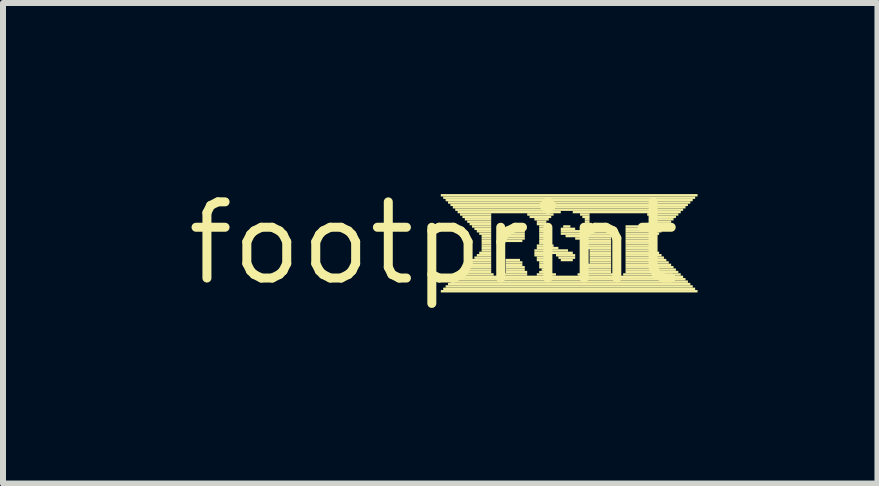
<source format=kicad_pcb>
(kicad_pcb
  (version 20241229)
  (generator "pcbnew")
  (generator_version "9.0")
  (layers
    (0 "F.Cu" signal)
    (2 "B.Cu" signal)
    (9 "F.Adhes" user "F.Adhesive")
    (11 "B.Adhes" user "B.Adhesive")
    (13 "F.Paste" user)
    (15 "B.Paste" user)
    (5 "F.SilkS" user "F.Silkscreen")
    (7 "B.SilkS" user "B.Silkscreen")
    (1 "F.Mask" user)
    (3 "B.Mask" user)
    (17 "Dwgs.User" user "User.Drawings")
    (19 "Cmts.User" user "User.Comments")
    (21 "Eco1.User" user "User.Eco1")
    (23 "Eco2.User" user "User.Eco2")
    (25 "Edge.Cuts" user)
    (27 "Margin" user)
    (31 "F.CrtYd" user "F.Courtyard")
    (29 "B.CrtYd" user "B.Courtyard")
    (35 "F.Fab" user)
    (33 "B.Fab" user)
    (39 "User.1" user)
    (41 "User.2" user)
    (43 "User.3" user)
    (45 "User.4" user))
  (footprint "footprint"
    (layer "F.Cu")
    (at 4.18 1.006)
    (property "Reference" "footprint" (at 0 0 0) (layer "F.SilkS") (effects (font (size 1.27 1.27) (thickness 0.15))))
    (fp_poly (pts (xy 0.12 -0.78) (xy 4.4 -0.78) (xy 4.4 -0.82) (xy 0.12 -0.82)) (stroke (width 0) (type solid)) (fill yes) (layer "F.SilkS"))
    (fp_poly (pts (xy 0.12 0.82) (xy 4.4 0.82) (xy 4.4 0.78) (xy 0.12 0.78)) (stroke (width 0) (type solid)) (fill yes) (layer "F.SilkS"))
    (fp_poly (pts (xy 0.16 -0.74) (xy 4.36 -0.74) (xy 4.36 -0.78) (xy 0.16 -0.78)) (stroke (width 0) (type solid)) (fill yes) (layer "F.SilkS"))
    (fp_poly (pts (xy 0.16 0.78) (xy 4.36 0.78) (xy 4.36 0.74) (xy 0.16 0.74)) (stroke (width 0) (type solid)) (fill yes) (layer "F.SilkS"))
    (fp_poly (pts (xy 0.2 -0.7) (xy 4.32 -0.7) (xy 4.32 -0.74) (xy 0.2 -0.74)) (stroke (width 0) (type solid)) (fill yes) (layer "F.SilkS"))
    (fp_poly (pts (xy 0.2 0.74) (xy 4.32 0.74) (xy 4.32 0.7) (xy 0.2 0.7)) (stroke (width 0) (type solid)) (fill yes) (layer "F.SilkS"))
    (fp_poly (pts (xy 0.24 -0.66) (xy 4.28 -0.66) (xy 4.28 -0.7) (xy 0.24 -0.7)) (stroke (width 0) (type solid)) (fill yes) (layer "F.SilkS"))
    (fp_poly (pts (xy 0.24 0.7) (xy 4.28 0.7) (xy 4.28 0.66) (xy 0.24 0.66)) (stroke (width 0) (type solid)) (fill yes) (layer "F.SilkS"))
    (fp_poly (pts (xy 0.28 -0.62) (xy 4.24 -0.62) (xy 4.24 -0.66) (xy 0.28 -0.66)) (stroke (width 0) (type solid)) (fill yes) (layer "F.SilkS"))
    (fp_poly (pts (xy 0.28 0.66) (xy 4.24 0.66) (xy 4.24 0.62) (xy 0.28 0.62)) (stroke (width 0) (type solid)) (fill yes) (layer "F.SilkS"))
    (fp_poly (pts (xy 0.32 -0.58) (xy 4.2 -0.58) (xy 4.2 -0.62) (xy 0.32 -0.62)) (stroke (width 0) (type solid)) (fill yes) (layer "F.SilkS"))
    (fp_poly (pts (xy 0.32 0.62) (xy 4.2 0.62) (xy 4.2 0.58) (xy 0.32 0.58)) (stroke (width 0) (type solid)) (fill yes) (layer "F.SilkS"))
    (fp_poly (pts (xy 0.36 -0.54) (xy 4.16 -0.54) (xy 4.16 -0.58) (xy 0.36 -0.58)) (stroke (width 0) (type solid)) (fill yes) (layer "F.SilkS"))
    (fp_poly (pts (xy 0.36 0.58) (xy 4.16 0.58) (xy 4.16 0.54) (xy 0.36 0.54)) (stroke (width 0) (type solid)) (fill yes) (layer "F.SilkS"))
    (fp_poly (pts (xy 0.4 -0.5) (xy 2.12 -0.5) (xy 2.12 -0.54) (xy 0.4 -0.54)) (stroke (width 0) (type solid)) (fill yes) (layer "F.SilkS"))
    (fp_poly (pts (xy 0.4 0.54) (xy 1 0.54) (xy 1 0.5) (xy 0.4 0.5)) (stroke (width 0) (type solid)) (fill yes) (layer "F.SilkS"))
    (fp_poly (pts (xy 0.44 -0.46) (xy 0.96 -0.46) (xy 0.96 -0.5) (xy 0.44 -0.5)) (stroke (width 0) (type solid)) (fill yes) (layer "F.SilkS"))
    (fp_poly (pts (xy 0.44 0.5) (xy 0.96 0.5) (xy 0.96 0.46) (xy 0.44 0.46)) (stroke (width 0) (type solid)) (fill yes) (layer "F.SilkS"))
    (fp_poly (pts (xy 0.48 -0.42) (xy 0.96 -0.42) (xy 0.96 -0.46) (xy 0.48 -0.46)) (stroke (width 0) (type solid)) (fill yes) (layer "F.SilkS"))
    (fp_poly (pts (xy 0.48 0.46) (xy 0.96 0.46) (xy 0.96 0.42) (xy 0.48 0.42)) (stroke (width 0) (type solid)) (fill yes) (layer "F.SilkS"))
    (fp_poly (pts (xy 0.52 -0.38) (xy 0.96 -0.38) (xy 0.96 -0.42) (xy 0.52 -0.42)) (stroke (width 0) (type solid)) (fill yes) (layer "F.SilkS"))
    (fp_poly (pts (xy 0.52 0.42) (xy 0.96 0.42) (xy 0.96 0.38) (xy 0.52 0.38)) (stroke (width 0) (type solid)) (fill yes) (layer "F.SilkS"))
    (fp_poly (pts (xy 0.56 -0.34) (xy 0.96 -0.34) (xy 0.96 -0.38) (xy 0.56 -0.38)) (stroke (width 0) (type solid)) (fill yes) (layer "F.SilkS"))
    (fp_poly (pts (xy 0.56 0.38) (xy 0.96 0.38) (xy 0.96 0.34) (xy 0.56 0.34)) (stroke (width 0) (type solid)) (fill yes) (layer "F.SilkS"))
    (fp_poly (pts (xy 0.6 -0.3) (xy 0.96 -0.3) (xy 0.96 -0.34) (xy 0.6 -0.34)) (stroke (width 0) (type solid)) (fill yes) (layer "F.SilkS"))
    (fp_poly (pts (xy 0.6 0.34) (xy 0.96 0.34) (xy 0.96 0.3) (xy 0.6 0.3)) (stroke (width 0) (type solid)) (fill yes) (layer "F.SilkS"))
    (fp_poly (pts (xy 0.64 -0.26) (xy 0.96 -0.26) (xy 0.96 -0.3) (xy 0.64 -0.3)) (stroke (width 0) (type solid)) (fill yes) (layer "F.SilkS"))
    (fp_poly (pts (xy 0.64 0.3) (xy 0.96 0.3) (xy 0.96 0.26) (xy 0.64 0.26)) (stroke (width 0) (type solid)) (fill yes) (layer "F.SilkS"))
    (fp_poly (pts (xy 0.68 -0.22) (xy 0.96 -0.22) (xy 0.96 -0.26) (xy 0.68 -0.26)) (stroke (width 0) (type solid)) (fill yes) (layer "F.SilkS"))
    (fp_poly (pts (xy 0.68 0.26) (xy 0.96 0.26) (xy 0.96 0.22) (xy 0.68 0.22)) (stroke (width 0) (type solid)) (fill yes) (layer "F.SilkS"))
    (fp_poly (pts (xy 0.72 -0.18) (xy 0.96 -0.18) (xy 0.96 -0.22) (xy 0.72 -0.22)) (stroke (width 0) (type solid)) (fill yes) (layer "F.SilkS"))
    (fp_poly (pts (xy 0.72 0.22) (xy 0.96 0.22) (xy 0.96 0.18) (xy 0.72 0.18)) (stroke (width 0) (type solid)) (fill yes) (layer "F.SilkS"))
    (fp_poly (pts (xy 0.76 -0.14) (xy 0.96 -0.14) (xy 0.96 -0.18) (xy 0.76 -0.18)) (stroke (width 0) (type solid)) (fill yes) (layer "F.SilkS"))
    (fp_poly (pts (xy 0.76 0.18) (xy 0.96 0.18) (xy 0.96 0.14) (xy 0.76 0.14)) (stroke (width 0) (type solid)) (fill yes) (layer "F.SilkS"))
    (fp_poly (pts (xy 0.8 -0.1) (xy 0.96 -0.1) (xy 0.96 -0.14) (xy 0.8 -0.14)) (stroke (width 0) (type solid)) (fill yes) (layer "F.SilkS"))
    (fp_poly (pts (xy 0.8 -0.06) (xy 0.96 -0.06) (xy 0.96 -0.1) (xy 0.8 -0.1)) (stroke (width 0) (type solid)) (fill yes) (layer "F.SilkS"))
    (fp_poly (pts (xy 0.8 -0.02) (xy 0.96 -0.02) (xy 0.96 -0.06) (xy 0.8 -0.06)) (stroke (width 0) (type solid)) (fill yes) (layer "F.SilkS"))
    (fp_poly (pts (xy 0.8 0.02) (xy 0.96 0.02) (xy 0.96 -0.02) (xy 0.8 -0.02)) (stroke (width 0) (type solid)) (fill yes) (layer "F.SilkS"))
    (fp_poly (pts (xy 0.8 0.06) (xy 0.96 0.06) (xy 0.96 0.02) (xy 0.8 0.02)) (stroke (width 0) (type solid)) (fill yes) (layer "F.SilkS"))
    (fp_poly (pts (xy 0.8 0.1) (xy 0.96 0.1) (xy 0.96 0.06) (xy 0.8 0.06)) (stroke (width 0) (type solid)) (fill yes) (layer "F.SilkS"))
    (fp_poly (pts (xy 0.8 0.14) (xy 0.96 0.14) (xy 0.96 0.1) (xy 0.8 0.1)) (stroke (width 0) (type solid)) (fill yes) (layer "F.SilkS"))
    (fp_poly (pts (xy 1.16 0.54) (xy 1.56 0.54) (xy 1.56 0.5) (xy 1.16 0.5)) (stroke (width 0) (type solid)) (fill yes) (layer "F.SilkS"))
    (fp_poly (pts (xy 1.2 -0.22) (xy 1.48 -0.22) (xy 1.48 -0.26) (xy 1.2 -0.26)) (stroke (width 0) (type solid)) (fill yes) (layer "F.SilkS"))
    (fp_poly (pts (xy 1.2 -0.18) (xy 1.52 -0.18) (xy 1.52 -0.22) (xy 1.2 -0.22)) (stroke (width 0) (type solid)) (fill yes) (layer "F.SilkS"))
    (fp_poly (pts (xy 1.2 -0.14) (xy 1.52 -0.14) (xy 1.52 -0.18) (xy 1.2 -0.18)) (stroke (width 0) (type solid)) (fill yes) (layer "F.SilkS"))
    (fp_poly (pts (xy 1.2 -0.1) (xy 1.52 -0.1) (xy 1.52 -0.14) (xy 1.2 -0.14)) (stroke (width 0) (type solid)) (fill yes) (layer "F.SilkS"))
    (fp_poly (pts (xy 1.2 -0.06) (xy 1.52 -0.06) (xy 1.52 -0.1) (xy 1.2 -0.1)) (stroke (width 0) (type solid)) (fill yes) (layer "F.SilkS"))
    (fp_poly (pts (xy 1.2 -0.02) (xy 1.48 -0.02) (xy 1.48 -0.06) (xy 1.2 -0.06)) (stroke (width 0) (type solid)) (fill yes) (layer "F.SilkS"))
    (fp_poly (pts (xy 1.2 0.3) (xy 1.44 0.3) (xy 1.44 0.26) (xy 1.2 0.26)) (stroke (width 0) (type solid)) (fill yes) (layer "F.SilkS"))
    (fp_poly (pts (xy 1.2 0.34) (xy 1.48 0.34) (xy 1.48 0.3) (xy 1.2 0.3)) (stroke (width 0) (type solid)) (fill yes) (layer "F.SilkS"))
    (fp_poly (pts (xy 1.2 0.38) (xy 1.48 0.38) (xy 1.48 0.34) (xy 1.2 0.34)) (stroke (width 0) (type solid)) (fill yes) (layer "F.SilkS"))
    (fp_poly (pts (xy 1.2 0.42) (xy 1.52 0.42) (xy 1.52 0.38) (xy 1.2 0.38)) (stroke (width 0) (type solid)) (fill yes) (layer "F.SilkS"))
    (fp_poly (pts (xy 1.2 0.46) (xy 1.52 0.46) (xy 1.52 0.42) (xy 1.2 0.42)) (stroke (width 0) (type solid)) (fill yes) (layer "F.SilkS"))
    (fp_poly (pts (xy 1.2 0.5) (xy 1.56 0.5) (xy 1.56 0.46) (xy 1.2 0.46)) (stroke (width 0) (type solid)) (fill yes) (layer "F.SilkS"))
    (fp_poly (pts (xy 1.56 -0.46) (xy 2 -0.46) (xy 2 -0.5) (xy 1.56 -0.5)) (stroke (width 0) (type solid)) (fill yes) (layer "F.SilkS"))
    (fp_poly (pts (xy 1.6 -0.42) (xy 1.96 -0.42) (xy 1.96 -0.46) (xy 1.6 -0.46)) (stroke (width 0) (type solid)) (fill yes) (layer "F.SilkS"))
    (fp_poly (pts (xy 1.68 -0.38) (xy 1.92 -0.38) (xy 1.92 -0.42) (xy 1.68 -0.42)) (stroke (width 0) (type solid)) (fill yes) (layer "F.SilkS"))
    (fp_poly (pts (xy 1.68 0.14) (xy 2.24 0.14) (xy 2.24 0.1) (xy 1.68 0.1)) (stroke (width 0) (type solid)) (fill yes) (layer "F.SilkS"))
    (fp_poly (pts (xy 1.68 0.18) (xy 2.32 0.18) (xy 2.32 0.14) (xy 1.68 0.14)) (stroke (width 0) (type solid)) (fill yes) (layer "F.SilkS"))
    (fp_poly (pts (xy 1.68 0.22) (xy 1.92 0.22) (xy 1.92 0.18) (xy 1.68 0.18)) (stroke (width 0) (type solid)) (fill yes) (layer "F.SilkS"))
    (fp_poly (pts (xy 1.72 -0.34) (xy 1.88 -0.34) (xy 1.88 -0.38) (xy 1.72 -0.38)) (stroke (width 0) (type solid)) (fill yes) (layer "F.SilkS"))
    (fp_poly (pts (xy 1.72 -0.3) (xy 1.88 -0.3) (xy 1.88 -0.34) (xy 1.72 -0.34)) (stroke (width 0) (type solid)) (fill yes) (layer "F.SilkS"))
    (fp_poly (pts (xy 1.72 0.06) (xy 2 0.06) (xy 2 0.02) (xy 1.72 0.02)) (stroke (width 0) (type solid)) (fill yes) (layer "F.SilkS"))
    (fp_poly (pts (xy 1.72 0.1) (xy 2.08 0.1) (xy 2.08 0.06) (xy 1.72 0.06)) (stroke (width 0) (type solid)) (fill yes) (layer "F.SilkS"))
    (fp_poly (pts (xy 1.72 0.26) (xy 1.88 0.26) (xy 1.88 0.22) (xy 1.72 0.22)) (stroke (width 0) (type solid)) (fill yes) (layer "F.SilkS"))
    (fp_poly (pts (xy 1.72 0.3) (xy 1.84 0.3) (xy 1.84 0.26) (xy 1.72 0.26)) (stroke (width 0) (type solid)) (fill yes) (layer "F.SilkS"))
    (fp_poly (pts (xy 1.72 0.54) (xy 2.04 0.54) (xy 2.04 0.5) (xy 1.72 0.5)) (stroke (width 0) (type solid)) (fill yes) (layer "F.SilkS"))
    (fp_poly (pts (xy 1.76 -0.26) (xy 1.88 -0.26) (xy 1.88 -0.3) (xy 1.76 -0.3)) (stroke (width 0) (type solid)) (fill yes) (layer "F.SilkS"))
    (fp_poly (pts (xy 1.76 -0.22) (xy 1.84 -0.22) (xy 1.84 -0.26) (xy 1.76 -0.26)) (stroke (width 0) (type solid)) (fill yes) (layer "F.SilkS"))
    (fp_poly (pts (xy 1.76 -0.18) (xy 1.84 -0.18) (xy 1.84 -0.22) (xy 1.76 -0.22)) (stroke (width 0) (type solid)) (fill yes) (layer "F.SilkS"))
    (fp_poly (pts (xy 1.76 -0.14) (xy 1.88 -0.14) (xy 1.88 -0.18) (xy 1.76 -0.18)) (stroke (width 0) (type solid)) (fill yes) (layer "F.SilkS"))
    (fp_poly (pts (xy 1.76 -0.1) (xy 1.88 -0.1) (xy 1.88 -0.14) (xy 1.76 -0.14)) (stroke (width 0) (type solid)) (fill yes) (layer "F.SilkS"))
    (fp_poly (pts (xy 1.76 -0.06) (xy 1.88 -0.06) (xy 1.88 -0.1) (xy 1.76 -0.1)) (stroke (width 0) (type solid)) (fill yes) (layer "F.SilkS"))
    (fp_poly (pts (xy 1.76 -0.02) (xy 1.92 -0.02) (xy 1.92 -0.06) (xy 1.76 -0.06)) (stroke (width 0) (type solid)) (fill yes) (layer "F.SilkS"))
    (fp_poly (pts (xy 1.76 0.02) (xy 1.92 0.02) (xy 1.92 -0.02) (xy 1.76 -0.02)) (stroke (width 0) (type solid)) (fill yes) (layer "F.SilkS"))
    (fp_poly (pts (xy 1.76 0.34) (xy 1.84 0.34) (xy 1.84 0.3) (xy 1.76 0.3)) (stroke (width 0) (type solid)) (fill yes) (layer "F.SilkS"))
    (fp_poly (pts (xy 1.76 0.38) (xy 1.84 0.38) (xy 1.84 0.34) (xy 1.76 0.34)) (stroke (width 0) (type solid)) (fill yes) (layer "F.SilkS"))
    (fp_poly (pts (xy 1.76 0.42) (xy 1.88 0.42) (xy 1.88 0.38) (xy 1.76 0.38)) (stroke (width 0) (type solid)) (fill yes) (layer "F.SilkS"))
    (fp_poly (pts (xy 1.76 0.5) (xy 1.96 0.5) (xy 1.96 0.46) (xy 1.76 0.46)) (stroke (width 0) (type solid)) (fill yes) (layer "F.SilkS"))
    (fp_poly (pts (xy 1.8 0.46) (xy 1.92 0.46) (xy 1.92 0.42) (xy 1.8 0.42)) (stroke (width 0) (type solid)) (fill yes) (layer "F.SilkS"))
    (fp_poly (pts (xy 2.04 0.22) (xy 2.36 0.22) (xy 2.36 0.18) (xy 2.04 0.18)) (stroke (width 0) (type solid)) (fill yes) (layer "F.SilkS"))
    (fp_poly (pts (xy 2.08 0.26) (xy 2.36 0.26) (xy 2.36 0.22) (xy 2.08 0.22)) (stroke (width 0) (type solid)) (fill yes) (layer "F.SilkS"))
    (fp_poly (pts (xy 2.12 -0.22) (xy 2.36 -0.22) (xy 2.36 -0.26) (xy 2.12 -0.26)) (stroke (width 0) (type solid)) (fill yes) (layer "F.SilkS"))
    (fp_poly (pts (xy 2.12 -0.18) (xy 2.96 -0.18) (xy 2.96 -0.22) (xy 2.12 -0.22)) (stroke (width 0) (type solid)) (fill yes) (layer "F.SilkS"))
    (fp_poly (pts (xy 2.12 -0.14) (xy 2.96 -0.14) (xy 2.96 -0.18) (xy 2.12 -0.18)) (stroke (width 0) (type solid)) (fill yes) (layer "F.SilkS"))
    (fp_poly (pts (xy 2.12 0.3) (xy 2.32 0.3) (xy 2.32 0.26) (xy 2.12 0.26)) (stroke (width 0) (type solid)) (fill yes) (layer "F.SilkS"))
    (fp_poly (pts (xy 2.16 -0.26) (xy 2.28 -0.26) (xy 2.28 -0.3) (xy 2.16 -0.3)) (stroke (width 0) (type solid)) (fill yes) (layer "F.SilkS"))
    (fp_poly (pts (xy 2.2 -0.1) (xy 2.96 -0.1) (xy 2.96 -0.14) (xy 2.2 -0.14)) (stroke (width 0) (type solid)) (fill yes) (layer "F.SilkS"))
    (fp_poly (pts (xy 2.32 -0.5) (xy 4.12 -0.5) (xy 4.12 -0.54) (xy 2.32 -0.54)) (stroke (width 0) (type solid)) (fill yes) (layer "F.SilkS"))
    (fp_poly (pts (xy 2.36 -0.06) (xy 2.96 -0.06) (xy 2.96 -0.1) (xy 2.36 -0.1)) (stroke (width 0) (type solid)) (fill yes) (layer "F.SilkS"))
    (fp_poly (pts (xy 2.4 0.54) (xy 3 0.54) (xy 3 0.5) (xy 2.4 0.5)) (stroke (width 0) (type solid)) (fill yes) (layer "F.SilkS"))
    (fp_poly (pts (xy 2.44 -0.46) (xy 2.6 -0.46) (xy 2.6 -0.5) (xy 2.44 -0.5)) (stroke (width 0) (type solid)) (fill yes) (layer "F.SilkS"))
    (fp_poly (pts (xy 2.48 -0.42) (xy 2.6 -0.42) (xy 2.6 -0.46) (xy 2.48 -0.46)) (stroke (width 0) (type solid)) (fill yes) (layer "F.SilkS"))
    (fp_poly (pts (xy 2.48 -0.26) (xy 2.96 -0.26) (xy 2.96 -0.3) (xy 2.48 -0.3)) (stroke (width 0) (type solid)) (fill yes) (layer "F.SilkS"))
    (fp_poly (pts (xy 2.48 -0.22) (xy 2.96 -0.22) (xy 2.96 -0.26) (xy 2.48 -0.26)) (stroke (width 0) (type solid)) (fill yes) (layer "F.SilkS"))
    (fp_poly (pts (xy 2.48 -0.02) (xy 2.96 -0.02) (xy 2.96 -0.06) (xy 2.48 -0.06)) (stroke (width 0) (type solid)) (fill yes) (layer "F.SilkS"))
    (fp_poly (pts (xy 2.48 0.5) (xy 2.96 0.5) (xy 2.96 0.46) (xy 2.48 0.46)) (stroke (width 0) (type solid)) (fill yes) (layer "F.SilkS"))
    (fp_poly (pts (xy 2.52 -0.38) (xy 2.6 -0.38) (xy 2.6 -0.42) (xy 2.52 -0.42)) (stroke (width 0) (type solid)) (fill yes) (layer "F.SilkS"))
    (fp_poly (pts (xy 2.52 -0.34) (xy 2.6 -0.34) (xy 2.6 -0.38) (xy 2.52 -0.38)) (stroke (width 0) (type solid)) (fill yes) (layer "F.SilkS"))
    (fp_poly (pts (xy 2.52 -0.3) (xy 2.64 -0.3) (xy 2.64 -0.34) (xy 2.52 -0.34)) (stroke (width 0) (type solid)) (fill yes) (layer "F.SilkS"))
    (fp_poly (pts (xy 2.52 0.02) (xy 2.96 0.02) (xy 2.96 -0.02) (xy 2.52 -0.02)) (stroke (width 0) (type solid)) (fill yes) (layer "F.SilkS"))
    (fp_poly (pts (xy 2.52 0.46) (xy 2.96 0.46) (xy 2.96 0.42) (xy 2.52 0.42)) (stroke (width 0) (type solid)) (fill yes) (layer "F.SilkS"))
    (fp_poly (pts (xy 2.56 0.06) (xy 2.96 0.06) (xy 2.96 0.02) (xy 2.56 0.02)) (stroke (width 0) (type solid)) (fill yes) (layer "F.SilkS"))
    (fp_poly (pts (xy 2.56 0.1) (xy 2.96 0.1) (xy 2.96 0.06) (xy 2.56 0.06)) (stroke (width 0) (type solid)) (fill yes) (layer "F.SilkS"))
    (fp_poly (pts (xy 2.56 0.38) (xy 2.96 0.38) (xy 2.96 0.34) (xy 2.56 0.34)) (stroke (width 0) (type solid)) (fill yes) (layer "F.SilkS"))
    (fp_poly (pts (xy 2.56 0.42) (xy 2.96 0.42) (xy 2.96 0.38) (xy 2.56 0.38)) (stroke (width 0) (type solid)) (fill yes) (layer "F.SilkS"))
    (fp_poly (pts (xy 2.6 0.14) (xy 2.96 0.14) (xy 2.96 0.1) (xy 2.6 0.1)) (stroke (width 0) (type solid)) (fill yes) (layer "F.SilkS"))
    (fp_poly (pts (xy 2.6 0.18) (xy 2.96 0.18) (xy 2.96 0.14) (xy 2.6 0.14)) (stroke (width 0) (type solid)) (fill yes) (layer "F.SilkS"))
    (fp_poly (pts (xy 2.6 0.22) (xy 2.96 0.22) (xy 2.96 0.18) (xy 2.6 0.18)) (stroke (width 0) (type solid)) (fill yes) (layer "F.SilkS"))
    (fp_poly (pts (xy 2.6 0.26) (xy 2.96 0.26) (xy 2.96 0.22) (xy 2.6 0.22)) (stroke (width 0) (type solid)) (fill yes) (layer "F.SilkS"))
    (fp_poly (pts (xy 2.6 0.3) (xy 2.96 0.3) (xy 2.96 0.26) (xy 2.6 0.26)) (stroke (width 0) (type solid)) (fill yes) (layer "F.SilkS"))
    (fp_poly (pts (xy 2.6 0.34) (xy 2.96 0.34) (xy 2.96 0.3) (xy 2.6 0.3)) (stroke (width 0) (type solid)) (fill yes) (layer "F.SilkS"))
    (fp_poly (pts (xy 3.16 0.54) (xy 4.12 0.54) (xy 4.12 0.5) (xy 3.16 0.5)) (stroke (width 0) (type solid)) (fill yes) (layer "F.SilkS"))
    (fp_poly (pts (xy 3.2 -0.26) (xy 3.88 -0.26) (xy 3.88 -0.3) (xy 3.2 -0.3)) (stroke (width 0) (type solid)) (fill yes) (layer "F.SilkS"))
    (fp_poly (pts (xy 3.2 -0.22) (xy 3.84 -0.22) (xy 3.84 -0.26) (xy 3.2 -0.26)) (stroke (width 0) (type solid)) (fill yes) (layer "F.SilkS"))
    (fp_poly (pts (xy 3.2 -0.18) (xy 3.8 -0.18) (xy 3.8 -0.22) (xy 3.2 -0.22)) (stroke (width 0) (type solid)) (fill yes) (layer "F.SilkS"))
    (fp_poly (pts (xy 3.2 -0.14) (xy 3.76 -0.14) (xy 3.76 -0.18) (xy 3.2 -0.18)) (stroke (width 0) (type solid)) (fill yes) (layer "F.SilkS"))
    (fp_poly (pts (xy 3.2 -0.1) (xy 3.72 -0.1) (xy 3.72 -0.14) (xy 3.2 -0.14)) (stroke (width 0) (type solid)) (fill yes) (layer "F.SilkS"))
    (fp_poly (pts (xy 3.2 -0.06) (xy 3.72 -0.06) (xy 3.72 -0.1) (xy 3.2 -0.1)) (stroke (width 0) (type solid)) (fill yes) (layer "F.SilkS"))
    (fp_poly (pts (xy 3.2 -0.02) (xy 3.72 -0.02) (xy 3.72 -0.06) (xy 3.2 -0.06)) (stroke (width 0) (type solid)) (fill yes) (layer "F.SilkS"))
    (fp_poly (pts (xy 3.2 0.02) (xy 3.72 0.02) (xy 3.72 -0.02) (xy 3.2 -0.02)) (stroke (width 0) (type solid)) (fill yes) (layer "F.SilkS"))
    (fp_poly (pts (xy 3.2 0.06) (xy 3.72 0.06) (xy 3.72 0.02) (xy 3.2 0.02)) (stroke (width 0) (type solid)) (fill yes) (layer "F.SilkS"))
    (fp_poly (pts (xy 3.2 0.1) (xy 3.72 0.1) (xy 3.72 0.06) (xy 3.2 0.06)) (stroke (width 0) (type solid)) (fill yes) (layer "F.SilkS"))
    (fp_poly (pts (xy 3.2 0.14) (xy 3.72 0.14) (xy 3.72 0.1) (xy 3.2 0.1)) (stroke (width 0) (type solid)) (fill yes) (layer "F.SilkS"))
    (fp_poly (pts (xy 3.2 0.18) (xy 3.76 0.18) (xy 3.76 0.14) (xy 3.2 0.14)) (stroke (width 0) (type solid)) (fill yes) (layer "F.SilkS"))
    (fp_poly (pts (xy 3.2 0.22) (xy 3.8 0.22) (xy 3.8 0.18) (xy 3.2 0.18)) (stroke (width 0) (type solid)) (fill yes) (layer "F.SilkS"))
    (fp_poly (pts (xy 3.2 0.26) (xy 3.84 0.26) (xy 3.84 0.22) (xy 3.2 0.22)) (stroke (width 0) (type solid)) (fill yes) (layer "F.SilkS"))
    (fp_poly (pts (xy 3.2 0.3) (xy 3.88 0.3) (xy 3.88 0.26) (xy 3.2 0.26)) (stroke (width 0) (type solid)) (fill yes) (layer "F.SilkS"))
    (fp_poly (pts (xy 3.2 0.34) (xy 3.92 0.34) (xy 3.92 0.3) (xy 3.2 0.3)) (stroke (width 0) (type solid)) (fill yes) (layer "F.SilkS"))
    (fp_poly (pts (xy 3.2 0.38) (xy 3.96 0.38) (xy 3.96 0.34) (xy 3.2 0.34)) (stroke (width 0) (type solid)) (fill yes) (layer "F.SilkS"))
    (fp_poly (pts (xy 3.2 0.42) (xy 4 0.42) (xy 4 0.38) (xy 3.2 0.38)) (stroke (width 0) (type solid)) (fill yes) (layer "F.SilkS"))
    (fp_poly (pts (xy 3.2 0.46) (xy 4.04 0.46) (xy 4.04 0.42) (xy 3.2 0.42)) (stroke (width 0) (type solid)) (fill yes) (layer "F.SilkS"))
    (fp_poly (pts (xy 3.2 0.5) (xy 4.08 0.5) (xy 4.08 0.46) (xy 3.2 0.46)) (stroke (width 0) (type solid)) (fill yes) (layer "F.SilkS"))
    (fp_poly (pts (xy 3.56 -0.46) (xy 4.08 -0.46) (xy 4.08 -0.5) (xy 3.56 -0.5)) (stroke (width 0) (type solid)) (fill yes) (layer "F.SilkS"))
    (fp_poly (pts (xy 3.56 -0.3) (xy 3.92 -0.3) (xy 3.92 -0.34) (xy 3.56 -0.34)) (stroke (width 0) (type solid)) (fill yes) (layer "F.SilkS"))
    (fp_poly (pts (xy 3.6 -0.42) (xy 4.04 -0.42) (xy 4.04 -0.46) (xy 3.6 -0.46)) (stroke (width 0) (type solid)) (fill yes) (layer "F.SilkS"))
    (fp_poly (pts (xy 3.6 -0.38) (xy 4 -0.38) (xy 4 -0.42) (xy 3.6 -0.42)) (stroke (width 0) (type solid)) (fill yes) (layer "F.SilkS"))
    (fp_poly (pts (xy 3.6 -0.34) (xy 3.96 -0.34) (xy 3.96 -0.38) (xy 3.6 -0.38)) (stroke (width 0) (type solid)) (fill yes) (layer "F.SilkS")))
  (gr_rect
    (start -3 -3)
    (end 11.58 5.012)
    (stroke (width 0.1) (type default))
    (fill no)
    (layer "Edge.Cuts")))
</source>
